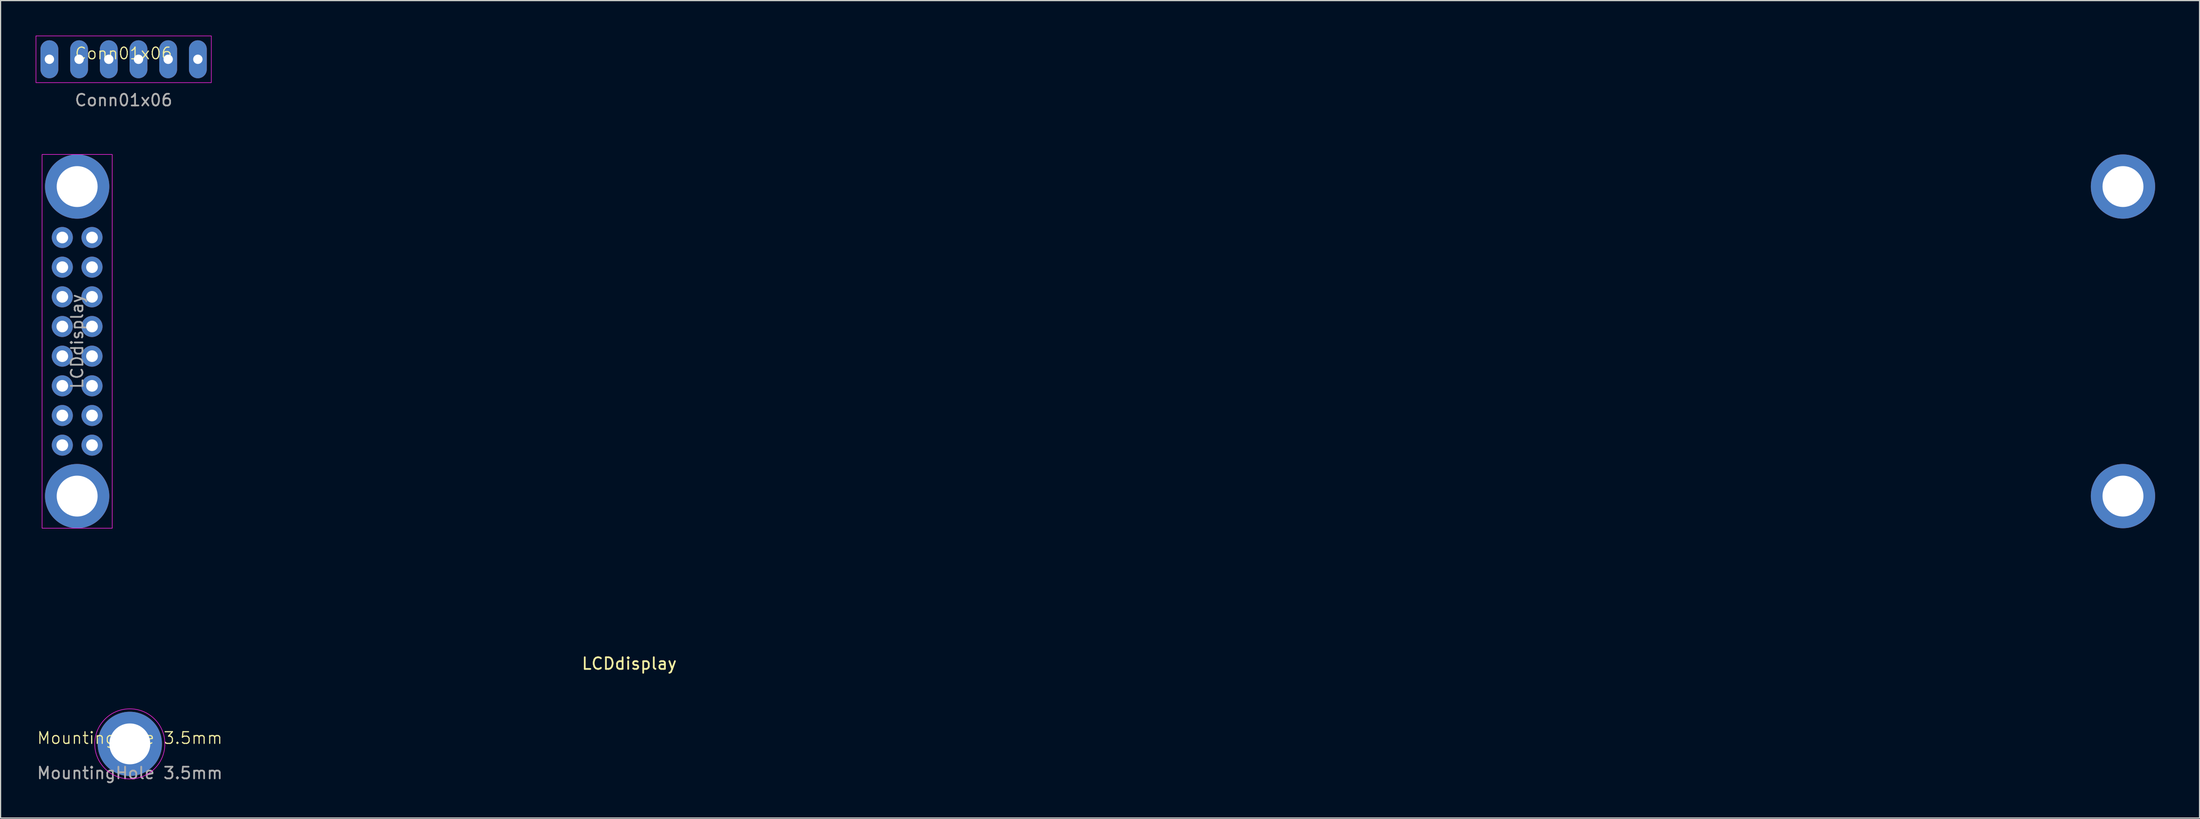
<source format=kicad_pcb>
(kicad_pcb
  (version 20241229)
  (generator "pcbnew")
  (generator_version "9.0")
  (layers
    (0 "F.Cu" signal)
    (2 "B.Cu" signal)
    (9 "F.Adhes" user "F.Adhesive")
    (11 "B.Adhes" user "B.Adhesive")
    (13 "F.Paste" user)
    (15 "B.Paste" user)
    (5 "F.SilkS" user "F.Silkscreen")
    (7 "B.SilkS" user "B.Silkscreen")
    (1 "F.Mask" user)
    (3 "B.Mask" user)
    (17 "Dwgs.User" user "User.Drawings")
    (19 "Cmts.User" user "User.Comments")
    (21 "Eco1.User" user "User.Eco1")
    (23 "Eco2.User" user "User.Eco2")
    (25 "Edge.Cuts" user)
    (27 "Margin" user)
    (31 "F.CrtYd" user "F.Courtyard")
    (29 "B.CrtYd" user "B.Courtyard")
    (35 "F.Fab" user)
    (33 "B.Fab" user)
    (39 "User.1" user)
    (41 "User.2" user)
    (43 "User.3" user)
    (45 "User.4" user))
  (footprint "Conn01x06"
    (layer "F.Cu")
    (at 7.525 2.025)
    (property "Reference" "Conn01x06" (at 0 -0.5 0) (unlocked yes) (layer "F.SilkS") (effects (font (size 1 1) (thickness 0.1))))
    (attr through_hole)
    (fp_rect (start -7.5 -2) (end 7.5 2) (stroke (width 0.05) (type default)) (fill no) (layer "F.CrtYd"))
    (fp_text user "${REFERENCE}" (at 0 3.5 0) (unlocked yes) (layer "F.Fab") (effects (font (size 1 1) (thickness 0.15))))
    (pad "1" thru_hole oval (at -6.35 0 90) (size 3.25 1.524) (drill 0.8) (layers "*.Cu" "*.Mask"))
    (pad "2" thru_hole oval (at -3.81 0 90) (size 3.25 1.524) (drill 0.8) (layers "*.Cu" "*.Mask"))
    (pad "3" thru_hole oval (at -1.27 0 90) (size 3.25 1.524) (drill 0.8) (layers "*.Cu" "*.Mask"))
    (pad "4" thru_hole oval (at 1.27 0 90) (size 3.25 1.524) (drill 0.8) (layers "*.Cu" "*.Mask"))
    (pad "5" thru_hole oval (at 3.81 0 90) (size 3.25 1.524) (drill 0.8) (layers "*.Cu" "*.Mask"))
    (pad "6" thru_hole oval (at 6.35 0 90) (size 3.25 1.524) (drill 0.8) (layers "*.Cu" "*.Mask")))
  (footprint "LCDdisplay"
    (layer "F.Cu")
    (at 87.55 26.173)
    (property "Reference" "LCDdisplay" (at -36.77 27.59 0) (layer "F.SilkS") (effects (font (size 1 1) (thickness 0.15))))
    (attr through_hole)
    (fp_rect (start -87 -16) (end -81 16) (stroke (width 0.05) (type default)) (fill no) (layer "F.CrtYd"))
    (fp_rect (start -87.5 -16.75) (end 94.5 16.75) (stroke (width 0.1) (type default)) (fill no) (layer "User.1"))
    (fp_rect (start -74.7 -14.45) (end 86.7 14.45) (stroke (width 0.1) (type default)) (fill no) (layer "User.2"))
    (fp_text user "${REFERENCE}" (at -84 0 270) (layer "F.Fab") (effects (font (size 1 1) (thickness 0.15))))
    (pad "1" thru_hole circle (at -82.73 8.89 180) (size 1.8 1.8) (drill 1) (layers "*.Cu" "*.Mask"))
    (pad "2" thru_hole circle (at -85.27 8.89 180) (size 1.8 1.8) (drill 1) (layers "*.Cu" "*.Mask"))
    (pad "3" thru_hole circle (at -82.73 6.35 180) (size 1.8 1.8) (drill 1) (layers "*.Cu" "*.Mask"))
    (pad "4" thru_hole circle (at -85.27 6.35 180) (size 1.8 1.8) (drill 1) (layers "*.Cu" "*.Mask"))
    (pad "5" thru_hole circle (at -82.73 3.81 180) (size 1.8 1.8) (drill 1) (layers "*.Cu" "*.Mask"))
    (pad "6" thru_hole circle (at -85.27 3.81 180) (size 1.8 1.8) (drill 1) (layers "*.Cu" "*.Mask"))
    (pad "7" thru_hole circle (at -82.73 1.27 180) (size 1.8 1.8) (drill 1) (layers "*.Cu" "*.Mask"))
    (pad "8" thru_hole circle (at -85.27 1.27 180) (size 1.8 1.8) (drill 1) (layers "*.Cu" "*.Mask"))
    (pad "9" thru_hole circle (at -82.73 -1.27 180) (size 1.8 1.8) (drill 1) (layers "*.Cu" "*.Mask"))
    (pad "10" thru_hole circle (at -85.27 -1.27 180) (size 1.8 1.8) (drill 1) (layers "*.Cu" "*.Mask"))
    (pad "11" thru_hole circle (at -82.73 -3.81 180) (size 1.8 1.8) (drill 1) (layers "*.Cu" "*.Mask"))
    (pad "12" thru_hole circle (at -85.27 -3.81 180) (size 1.8 1.8) (drill 1) (layers "*.Cu" "*.Mask"))
    (pad "13" thru_hole circle (at -82.73 -6.35 180) (size 1.8 1.8) (drill 1) (layers "*.Cu" "*.Mask"))
    (pad "14" thru_hole circle (at -85.27 -6.35 180) (size 1.8 1.8) (drill 1) (layers "*.Cu" "*.Mask"))
    (pad "15" thru_hole circle (at -82.73 -8.89 180) (size 1.8 1.8) (drill 1) (layers "*.Cu" "*.Mask"))
    (pad "16" thru_hole circle (at -85.27 -8.89 180) (size 1.8 1.8) (drill 1) (layers "*.Cu" "*.Mask"))
    (pad "MP" thru_hole circle (at -84 -13.25) (size 5.5 5.5) (drill 3.5) (layers "*.Cu" "*.Mask"))
    (pad "MP" thru_hole circle (at -84 13.25) (size 5.5 5.5) (drill 3.5) (layers "*.Cu" "*.Mask"))
    (pad "MP" thru_hole circle (at 91 -13.25) (size 5.5 5.5) (drill 3.5) (layers "*.Cu" "*.Mask"))
    (pad "MP" thru_hole circle (at 91 13.25) (size 5.5 5.5) (drill 3.5) (layers "*.Cu" "*.Mask")))
  (footprint "MountingHole 3.5mm"
    (layer "F.Cu")
    (at 8.054 60.636)
    (property "Reference" "MountingHole 3.5mm" (at 0 -0.5 0) (unlocked yes) (layer "F.SilkS") (effects (font (size 1 1) (thickness 0.1))))
    (attr through_hole)
    (fp_circle (center 0 0) (end 3 0) (stroke (width 0.05) (type default)) (fill no) (layer "F.CrtYd"))
    (fp_text user "${REFERENCE}" (at 0 2.5 0) (unlocked yes) (layer "F.Fab") (effects (font (size 1 1) (thickness 0.15))))
    (pad "MP" thru_hole circle (at 0 0) (size 5.5 5.5) (drill 3.5) (layers "*.Cu" "*.Mask")))
  (gr_rect
    (start -3 -3)
    (end 185.1 66.985)
    (stroke (width 0.1) (type default))
    (fill no)
    (layer "Edge.Cuts")))
</source>
